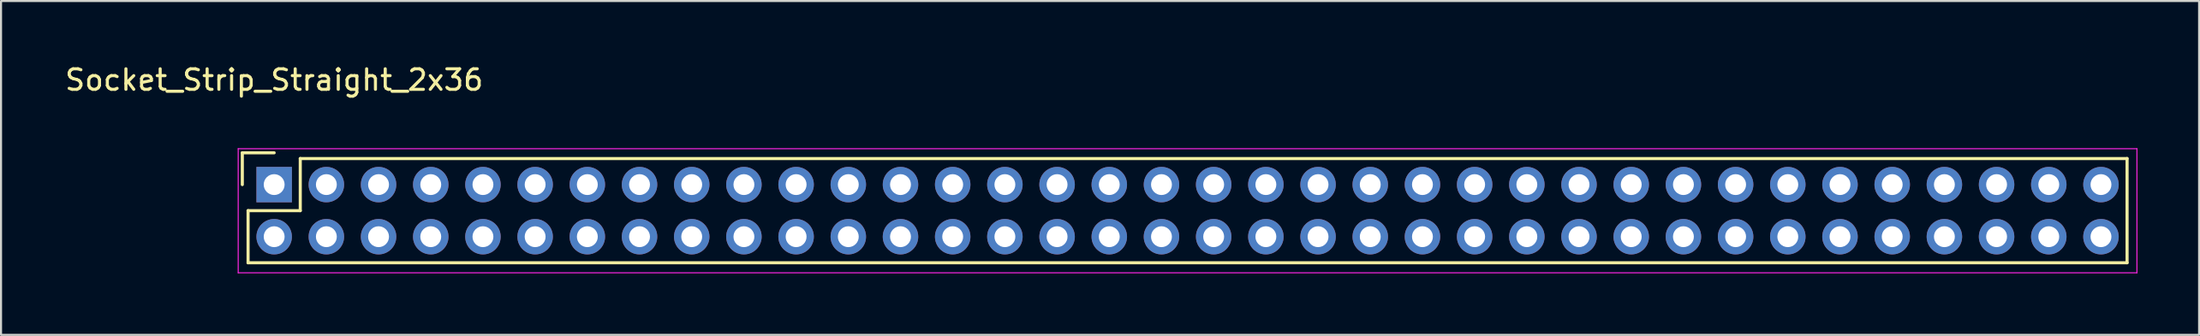
<source format=kicad_pcb>
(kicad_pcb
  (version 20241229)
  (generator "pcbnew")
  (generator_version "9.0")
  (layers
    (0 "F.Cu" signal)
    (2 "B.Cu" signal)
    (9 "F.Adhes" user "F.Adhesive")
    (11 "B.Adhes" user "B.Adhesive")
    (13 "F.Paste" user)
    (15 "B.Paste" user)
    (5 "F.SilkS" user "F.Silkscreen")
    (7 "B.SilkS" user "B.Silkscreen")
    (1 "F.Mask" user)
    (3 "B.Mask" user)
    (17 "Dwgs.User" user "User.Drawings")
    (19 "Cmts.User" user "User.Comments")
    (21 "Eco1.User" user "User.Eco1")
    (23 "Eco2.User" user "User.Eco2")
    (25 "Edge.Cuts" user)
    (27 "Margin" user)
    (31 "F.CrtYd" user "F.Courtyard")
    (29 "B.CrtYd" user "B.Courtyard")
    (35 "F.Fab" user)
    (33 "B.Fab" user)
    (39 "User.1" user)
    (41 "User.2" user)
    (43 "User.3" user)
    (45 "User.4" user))
  (footprint "Socket_Strip_Straight_2x36"
    (layer "F.Cu")
    (at 10.292 5.948)
    (property "Reference" "Socket_Strip_Straight_2x36" (at 0 -5.1 0) (layer "F.SilkS") (effects (font (size 1 1) (thickness 0.15))))
    (attr through_hole)
    (fp_line (start -1.55 -1.55) (end -1.55 0) (stroke (width 0.15) (type solid)) (layer "F.SilkS"))
    (fp_line (start -1.27 1.27) (end 1.27 1.27) (stroke (width 0.15) (type solid)) (layer "F.SilkS"))
    (fp_line (start -1.27 3.81) (end -1.27 1.27) (stroke (width 0.15) (type solid)) (layer "F.SilkS"))
    (fp_line (start 0 -1.55) (end -1.55 -1.55) (stroke (width 0.15) (type solid)) (layer "F.SilkS"))
    (fp_line (start 1.27 -1.27) (end 90.17 -1.27) (stroke (width 0.15) (type solid)) (layer "F.SilkS"))
    (fp_line (start 1.27 1.27) (end 1.27 -1.27) (stroke (width 0.15) (type solid)) (layer "F.SilkS"))
    (fp_line (start 90.17 3.81) (end -1.27 3.81) (stroke (width 0.15) (type solid)) (layer "F.SilkS"))
    (fp_line (start 90.17 3.81) (end 90.17 -1.27) (stroke (width 0.15) (type solid)) (layer "F.SilkS"))
    (fp_line (start -1.75 -1.75) (end -1.75 4.3) (stroke (width 0.05) (type solid)) (layer "F.CrtYd"))
    (fp_line (start -1.75 -1.75) (end 90.65 -1.75) (stroke (width 0.05) (type solid)) (layer "F.CrtYd"))
    (fp_line (start -1.75 4.3) (end 90.65 4.3) (stroke (width 0.05) (type solid)) (layer "F.CrtYd"))
    (fp_line (start 90.65 -1.75) (end 90.65 4.3) (stroke (width 0.05) (type solid)) (layer "F.CrtYd"))
    (pad "1" thru_hole rect (at 0 0) (size 1.727 1.727) (drill 1.016) (layers "*.Cu" "*.Mask"))
    (pad "2" thru_hole oval (at 0 2.54) (size 1.727 1.727) (drill 1.016) (layers "*.Cu" "*.Mask"))
    (pad "3" thru_hole oval (at 2.54 0) (size 1.727 1.727) (drill 1.016) (layers "*.Cu" "*.Mask"))
    (pad "4" thru_hole oval (at 2.54 2.54) (size 1.727 1.727) (drill 1.016) (layers "*.Cu" "*.Mask"))
    (pad "5" thru_hole oval (at 5.08 0) (size 1.727 1.727) (drill 1.016) (layers "*.Cu" "*.Mask"))
    (pad "6" thru_hole oval (at 5.08 2.54) (size 1.727 1.727) (drill 1.016) (layers "*.Cu" "*.Mask"))
    (pad "7" thru_hole oval (at 7.62 0) (size 1.727 1.727) (drill 1.016) (layers "*.Cu" "*.Mask"))
    (pad "8" thru_hole oval (at 7.62 2.54) (size 1.727 1.727) (drill 1.016) (layers "*.Cu" "*.Mask"))
    (pad "9" thru_hole oval (at 10.16 0) (size 1.727 1.727) (drill 1.016) (layers "*.Cu" "*.Mask"))
    (pad "10" thru_hole oval (at 10.16 2.54) (size 1.727 1.727) (drill 1.016) (layers "*.Cu" "*.Mask"))
    (pad "11" thru_hole oval (at 12.7 0) (size 1.727 1.727) (drill 1.016) (layers "*.Cu" "*.Mask"))
    (pad "12" thru_hole oval (at 12.7 2.54) (size 1.727 1.727) (drill 1.016) (layers "*.Cu" "*.Mask"))
    (pad "13" thru_hole oval (at 15.24 0) (size 1.727 1.727) (drill 1.016) (layers "*.Cu" "*.Mask"))
    (pad "14" thru_hole oval (at 15.24 2.54) (size 1.727 1.727) (drill 1.016) (layers "*.Cu" "*.Mask"))
    (pad "15" thru_hole oval (at 17.78 0) (size 1.727 1.727) (drill 1.016) (layers "*.Cu" "*.Mask"))
    (pad "16" thru_hole oval (at 17.78 2.54) (size 1.727 1.727) (drill 1.016) (layers "*.Cu" "*.Mask"))
    (pad "17" thru_hole oval (at 20.32 0) (size 1.727 1.727) (drill 1.016) (layers "*.Cu" "*.Mask"))
    (pad "18" thru_hole oval (at 20.32 2.54) (size 1.727 1.727) (drill 1.016) (layers "*.Cu" "*.Mask"))
    (pad "19" thru_hole oval (at 22.86 0) (size 1.727 1.727) (drill 1.016) (layers "*.Cu" "*.Mask"))
    (pad "20" thru_hole oval (at 22.86 2.54) (size 1.727 1.727) (drill 1.016) (layers "*.Cu" "*.Mask"))
    (pad "21" thru_hole oval (at 25.4 0) (size 1.727 1.727) (drill 1.016) (layers "*.Cu" "*.Mask"))
    (pad "22" thru_hole oval (at 25.4 2.54) (size 1.727 1.727) (drill 1.016) (layers "*.Cu" "*.Mask"))
    (pad "23" thru_hole oval (at 27.94 0) (size 1.727 1.727) (drill 1.016) (layers "*.Cu" "*.Mask"))
    (pad "24" thru_hole oval (at 27.94 2.54) (size 1.727 1.727) (drill 1.016) (layers "*.Cu" "*.Mask"))
    (pad "25" thru_hole oval (at 30.48 0) (size 1.727 1.727) (drill 1.016) (layers "*.Cu" "*.Mask"))
    (pad "26" thru_hole oval (at 30.48 2.54) (size 1.727 1.727) (drill 1.016) (layers "*.Cu" "*.Mask"))
    (pad "27" thru_hole oval (at 33.02 0) (size 1.727 1.727) (drill 1.016) (layers "*.Cu" "*.Mask"))
    (pad "28" thru_hole oval (at 33.02 2.54) (size 1.727 1.727) (drill 1.016) (layers "*.Cu" "*.Mask"))
    (pad "29" thru_hole oval (at 35.56 0) (size 1.727 1.727) (drill 1.016) (layers "*.Cu" "*.Mask"))
    (pad "30" thru_hole oval (at 35.56 2.54) (size 1.727 1.727) (drill 1.016) (layers "*.Cu" "*.Mask"))
    (pad "31" thru_hole oval (at 38.1 0) (size 1.727 1.727) (drill 1.016) (layers "*.Cu" "*.Mask"))
    (pad "32" thru_hole oval (at 38.1 2.54) (size 1.727 1.727) (drill 1.016) (layers "*.Cu" "*.Mask"))
    (pad "33" thru_hole oval (at 40.64 0) (size 1.727 1.727) (drill 1.016) (layers "*.Cu" "*.Mask"))
    (pad "34" thru_hole oval (at 40.64 2.54) (size 1.727 1.727) (drill 1.016) (layers "*.Cu" "*.Mask"))
    (pad "35" thru_hole oval (at 43.18 0) (size 1.727 1.727) (drill 1.016) (layers "*.Cu" "*.Mask"))
    (pad "36" thru_hole oval (at 43.18 2.54) (size 1.727 1.727) (drill 1.016) (layers "*.Cu" "*.Mask"))
    (pad "37" thru_hole oval (at 45.72 0) (size 1.727 1.727) (drill 1.016) (layers "*.Cu" "*.Mask"))
    (pad "38" thru_hole oval (at 45.72 2.54) (size 1.727 1.727) (drill 1.016) (layers "*.Cu" "*.Mask"))
    (pad "39" thru_hole oval (at 48.26 0) (size 1.727 1.727) (drill 1.016) (layers "*.Cu" "*.Mask"))
    (pad "40" thru_hole oval (at 48.26 2.54) (size 1.727 1.727) (drill 1.016) (layers "*.Cu" "*.Mask"))
    (pad "41" thru_hole oval (at 50.8 0) (size 1.727 1.727) (drill 1.016) (layers "*.Cu" "*.Mask"))
    (pad "42" thru_hole oval (at 50.8 2.54) (size 1.727 1.727) (drill 1.016) (layers "*.Cu" "*.Mask"))
    (pad "43" thru_hole oval (at 53.34 0) (size 1.727 1.727) (drill 1.016) (layers "*.Cu" "*.Mask"))
    (pad "44" thru_hole oval (at 53.34 2.54) (size 1.727 1.727) (drill 1.016) (layers "*.Cu" "*.Mask"))
    (pad "45" thru_hole oval (at 55.88 0) (size 1.727 1.727) (drill 1.016) (layers "*.Cu" "*.Mask"))
    (pad "46" thru_hole oval (at 55.88 2.54) (size 1.727 1.727) (drill 1.016) (layers "*.Cu" "*.Mask"))
    (pad "47" thru_hole oval (at 58.42 0) (size 1.727 1.727) (drill 1.016) (layers "*.Cu" "*.Mask"))
    (pad "48" thru_hole oval (at 58.42 2.54) (size 1.727 1.727) (drill 1.016) (layers "*.Cu" "*.Mask"))
    (pad "49" thru_hole oval (at 60.96 0) (size 1.727 1.727) (drill 1.016) (layers "*.Cu" "*.Mask"))
    (pad "50" thru_hole oval (at 60.96 2.54) (size 1.727 1.727) (drill 1.016) (layers "*.Cu" "*.Mask"))
    (pad "51" thru_hole oval (at 63.5 0) (size 1.727 1.727) (drill 1.016) (layers "*.Cu" "*.Mask"))
    (pad "52" thru_hole oval (at 63.5 2.54) (size 1.727 1.727) (drill 1.016) (layers "*.Cu" "*.Mask"))
    (pad "53" thru_hole oval (at 66.04 0) (size 1.727 1.727) (drill 1.016) (layers "*.Cu" "*.Mask"))
    (pad "54" thru_hole oval (at 66.04 2.54) (size 1.727 1.727) (drill 1.016) (layers "*.Cu" "*.Mask"))
    (pad "55" thru_hole oval (at 68.58 0) (size 1.727 1.727) (drill 1.016) (layers "*.Cu" "*.Mask"))
    (pad "56" thru_hole oval (at 68.58 2.54) (size 1.727 1.727) (drill 1.016) (layers "*.Cu" "*.Mask"))
    (pad "57" thru_hole oval (at 71.12 0) (size 1.727 1.727) (drill 1.016) (layers "*.Cu" "*.Mask"))
    (pad "58" thru_hole oval (at 71.12 2.54) (size 1.727 1.727) (drill 1.016) (layers "*.Cu" "*.Mask"))
    (pad "59" thru_hole oval (at 73.66 0) (size 1.727 1.727) (drill 1.016) (layers "*.Cu" "*.Mask"))
    (pad "60" thru_hole oval (at 73.66 2.54) (size 1.727 1.727) (drill 1.016) (layers "*.Cu" "*.Mask"))
    (pad "61" thru_hole oval (at 76.2 0) (size 1.727 1.727) (drill 1.016) (layers "*.Cu" "*.Mask"))
    (pad "62" thru_hole oval (at 76.2 2.54) (size 1.727 1.727) (drill 1.016) (layers "*.Cu" "*.Mask"))
    (pad "63" thru_hole oval (at 78.74 0) (size 1.727 1.727) (drill 1.016) (layers "*.Cu" "*.Mask"))
    (pad "64" thru_hole oval (at 78.74 2.54) (size 1.727 1.727) (drill 1.016) (layers "*.Cu" "*.Mask"))
    (pad "65" thru_hole oval (at 81.28 0) (size 1.727 1.727) (drill 1.016) (layers "*.Cu" "*.Mask"))
    (pad "66" thru_hole oval (at 81.28 2.54) (size 1.727 1.727) (drill 1.016) (layers "*.Cu" "*.Mask"))
    (pad "67" thru_hole oval (at 83.82 0) (size 1.727 1.727) (drill 1.016) (layers "*.Cu" "*.Mask"))
    (pad "68" thru_hole oval (at 83.82 2.54) (size 1.727 1.727) (drill 1.016) (layers "*.Cu" "*.Mask"))
    (pad "69" thru_hole oval (at 86.36 0) (size 1.727 1.727) (drill 1.016) (layers "*.Cu" "*.Mask"))
    (pad "70" thru_hole oval (at 86.36 2.54) (size 1.727 1.727) (drill 1.016) (layers "*.Cu" "*.Mask"))
    (pad "71" thru_hole oval (at 88.9 0) (size 1.727 1.727) (drill 1.016) (layers "*.Cu" "*.Mask"))
    (pad "72" thru_hole oval (at 88.9 2.54) (size 1.727 1.727) (drill 1.016) (layers "*.Cu" "*.Mask")))
  (gr_rect
    (start -3 -3)
    (end 103.967 13.273)
    (stroke (width 0.1) (type default))
    (fill no)
    (layer "Edge.Cuts")))
</source>
